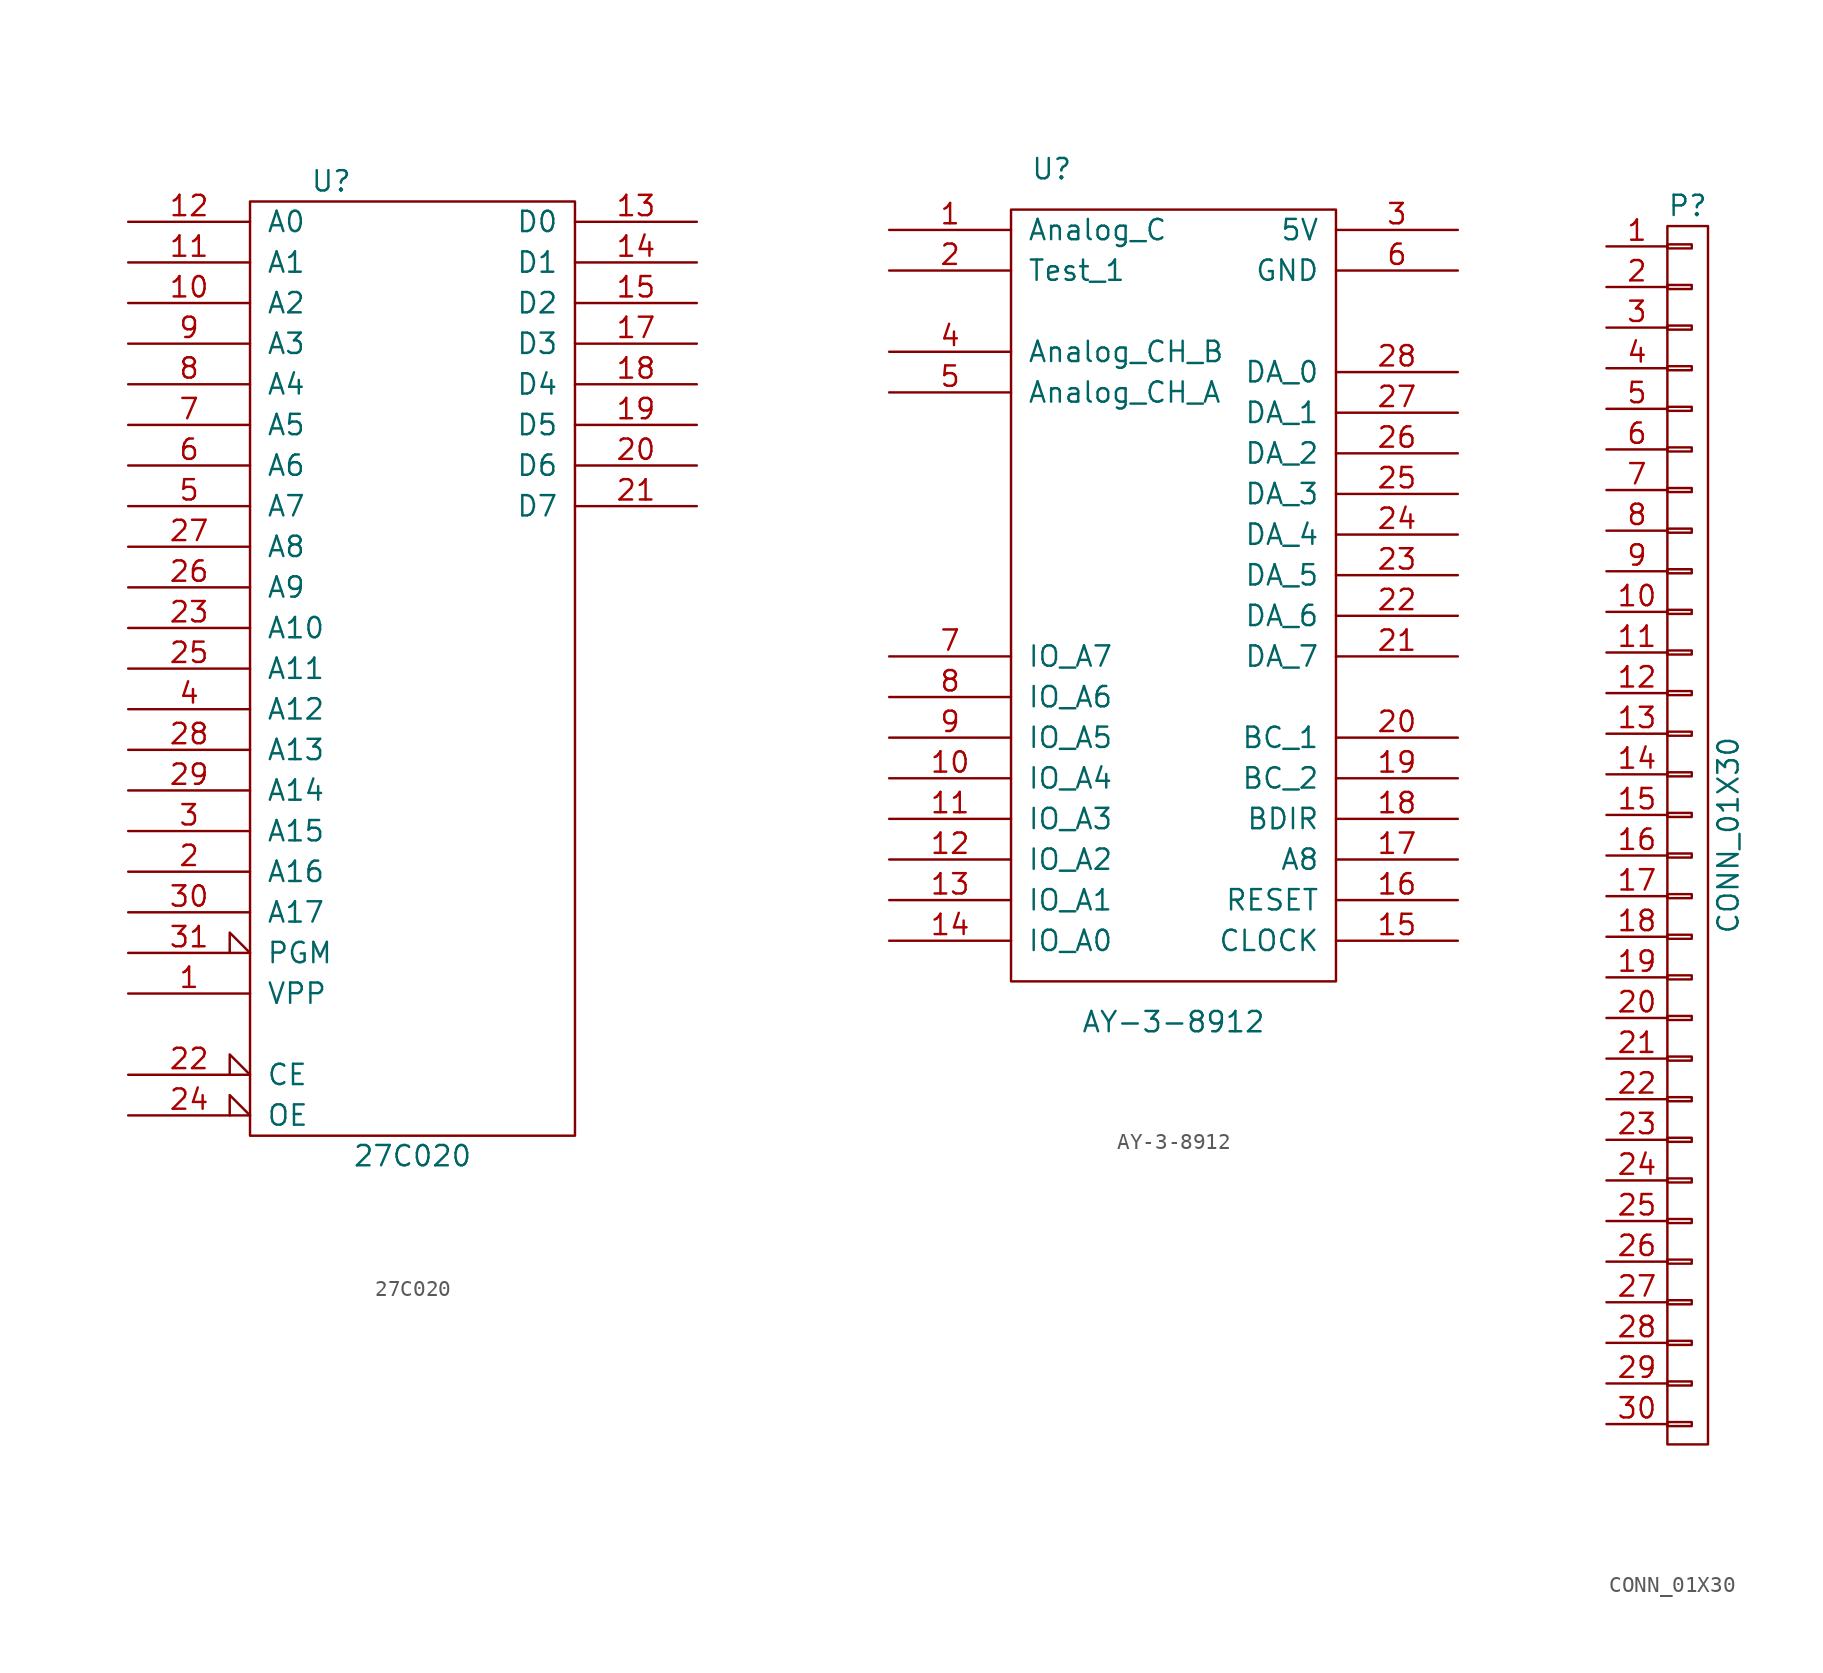
<source format=kicad_sym>
(kicad_symbol_lib
  (version 20231120)
  (generator "kicad_symbol_editor")
  (generator_version "8.0")
  (symbol "27C020"
    (pin_names
      (offset 1.016))
    (property "Reference" "U"
      (at -5.08 25.4 0)
      (effects (font (size 1.27 1.27))))
    (property "Value" "27C020"
      (at 0 -35.56 0)
      (effects (font (size 1.27 1.27))))
    (property "Footprint" ""
      (at 0 0 0)
      (effects (font (size 1.27 1.27))))
    (property "Datasheet" ""
      (at 0 0 0)
      (effects (font (size 1.27 1.27))))
    (symbol "27C020_0_0"
      (pin power_in line (at 0 -35.56 90) (length 1.27) hide (name "GND" (effects (font (size 1.27 1.27)))) (number "16" (effects (font (size 1.27 1.27)))))
      (pin power_in line (at 0 25.4 270) (length 1.27) hide (name "VCC" (effects (font (size 1.27 1.27)))) (number "32" (effects (font (size 1.27 1.27))))))
    (symbol "27C020_0_1"
      (rectangle (start -10.16 24.13) (end 10.16 -34.29) (stroke (width 0) (type solid)) (fill (type none))))
    (symbol "27C020_1_1"
      (pin input line (at -17.78 -25.4 0) (length 7.62) (name "VPP" (effects (font (size 1.27 1.27)))) (number "1" (effects (font (size 1.27 1.27)))))
      (pin input line (at -17.78 17.78 0) (length 7.62) (name "A2" (effects (font (size 1.27 1.27)))) (number "10" (effects (font (size 1.27 1.27)))))
      (pin input line (at -17.78 20.32 0) (length 7.62) (name "A1" (effects (font (size 1.27 1.27)))) (number "11" (effects (font (size 1.27 1.27)))))
      (pin input line (at -17.78 22.86 0) (length 7.62) (name "A0" (effects (font (size 1.27 1.27)))) (number "12" (effects (font (size 1.27 1.27)))))
      (pin tri_state line (at 17.78 22.86 180) (length 7.62) (name "D0" (effects (font (size 1.27 1.27)))) (number "13" (effects (font (size 1.27 1.27)))))
      (pin tri_state line (at 17.78 20.32 180) (length 7.62) (name "D1" (effects (font (size 1.27 1.27)))) (number "14" (effects (font (size 1.27 1.27)))))
      (pin tri_state line (at 17.78 17.78 180) (length 7.62) (name "D2" (effects (font (size 1.27 1.27)))) (number "15" (effects (font (size 1.27 1.27)))))
      (pin tri_state line (at 17.78 15.24 180) (length 7.62) (name "D3" (effects (font (size 1.27 1.27)))) (number "17" (effects (font (size 1.27 1.27)))))
      (pin tri_state line (at 17.78 12.7 180) (length 7.62) (name "D4" (effects (font (size 1.27 1.27)))) (number "18" (effects (font (size 1.27 1.27)))))
      (pin tri_state line (at 17.78 10.16 180) (length 7.62) (name "D5" (effects (font (size 1.27 1.27)))) (number "19" (effects (font (size 1.27 1.27)))))
      (pin input line (at -17.78 -17.78 0) (length 7.62) (name "A16" (effects (font (size 1.27 1.27)))) (number "2" (effects (font (size 1.27 1.27)))))
      (pin tri_state line (at 17.78 7.62 180) (length 7.62) (name "D6" (effects (font (size 1.27 1.27)))) (number "20" (effects (font (size 1.27 1.27)))))
      (pin tri_state line (at 17.78 5.08 180) (length 7.62) (name "D7" (effects (font (size 1.27 1.27)))) (number "21" (effects (font (size 1.27 1.27)))))
      (pin input input_low (at -17.78 -30.48 0) (length 7.62) (name "CE" (effects (font (size 1.27 1.27)))) (number "22" (effects (font (size 1.27 1.27)))))
      (pin input line (at -17.78 -2.54 0) (length 7.62) (name "A10" (effects (font (size 1.27 1.27)))) (number "23" (effects (font (size 1.27 1.27)))))
      (pin input input_low (at -17.78 -33.02 0) (length 7.62) (name "OE" (effects (font (size 1.27 1.27)))) (number "24" (effects (font (size 1.27 1.27)))))
      (pin input line (at -17.78 -5.08 0) (length 7.62) (name "A11" (effects (font (size 1.27 1.27)))) (number "25" (effects (font (size 1.27 1.27)))))
      (pin input line (at -17.78 0 0) (length 7.62) (name "A9" (effects (font (size 1.27 1.27)))) (number "26" (effects (font (size 1.27 1.27)))))
      (pin input line (at -17.78 2.54 0) (length 7.62) (name "A8" (effects (font (size 1.27 1.27)))) (number "27" (effects (font (size 1.27 1.27)))))
      (pin input line (at -17.78 -10.16 0) (length 7.62) (name "A13" (effects (font (size 1.27 1.27)))) (number "28" (effects (font (size 1.27 1.27)))))
      (pin input line (at -17.78 -12.7 0) (length 7.62) (name "A14" (effects (font (size 1.27 1.27)))) (number "29" (effects (font (size 1.27 1.27)))))
      (pin input line (at -17.78 -15.24 0) (length 7.62) (name "A15" (effects (font (size 1.27 1.27)))) (number "3" (effects (font (size 1.27 1.27)))))
      (pin input line (at -17.78 -20.32 0) (length 7.62) (name "A17" (effects (font (size 1.27 1.27)))) (number "30" (effects (font (size 1.27 1.27)))))
      (pin input input_low (at -17.78 -22.86 0) (length 7.62) (name "PGM" (effects (font (size 1.27 1.27)))) (number "31" (effects (font (size 1.27 1.27)))))
      (pin input line (at -17.78 -7.62 0) (length 7.62) (name "A12" (effects (font (size 1.27 1.27)))) (number "4" (effects (font (size 1.27 1.27)))))
      (pin input line (at -17.78 5.08 0) (length 7.62) (name "A7" (effects (font (size 1.27 1.27)))) (number "5" (effects (font (size 1.27 1.27)))))
      (pin input line (at -17.78 7.62 0) (length 7.62) (name "A6" (effects (font (size 1.27 1.27)))) (number "6" (effects (font (size 1.27 1.27)))))
      (pin input line (at -17.78 10.16 0) (length 7.62) (name "A5" (effects (font (size 1.27 1.27)))) (number "7" (effects (font (size 1.27 1.27)))))
      (pin input line (at -17.78 12.7 0) (length 7.62) (name "A4" (effects (font (size 1.27 1.27)))) (number "8" (effects (font (size 1.27 1.27)))))
      (pin input line (at -17.78 15.24 0) (length 7.62) (name "A3" (effects (font (size 1.27 1.27)))) (number "9" (effects (font (size 1.27 1.27)))))))
  (symbol "AY-3-8912"
    (pin_names
      (offset 1.016))
    (property "Reference" "U"
      (at -7.62 26.67 0)
      (effects (font (size 1.27 1.27))))
    (property "Value" "AY-3-8912"
      (at 0 -26.67 0)
      (effects (font (size 1.27 1.27))))
    (property "Footprint" ""
      (at 0 0 0)
      (effects (font (size 1.27 1.27))))
    (property "Datasheet" ""
      (at 0 0 0)
      (effects (font (size 1.27 1.27))))
    (symbol "AY-3-8912_0_0"
      (pin power_in line (at -17.78 -21.59 0) (length 7.62) (name "IO_A0" (effects (font (size 1.27 1.27)))) (number "14" (effects (font (size 1.27 1.27)))))
      (pin power_in line (at 17.78 13.97 180) (length 7.62) (name "DA_0" (effects (font (size 1.27 1.27)))) (number "28" (effects (font (size 1.27 1.27))))))
    (symbol "AY-3-8912_0_1"
      (rectangle (start -10.16 24.13) (end 10.16 -24.13) (stroke (width 0) (type solid)) (fill (type none))))
    (symbol "AY-3-8912_1_1"
      (pin input line (at -17.78 22.86 0) (length 7.62) (name "Analog_C" (effects (font (size 1.27 1.27)))) (number "1" (effects (font (size 1.27 1.27)))))
      (pin input line (at -17.78 -11.43 0) (length 7.62) (name "IO_A4" (effects (font (size 1.27 1.27)))) (number "10" (effects (font (size 1.27 1.27)))))
      (pin tri_state line (at -17.78 -13.97 0) (length 7.62) (name "IO_A3" (effects (font (size 1.27 1.27)))) (number "11" (effects (font (size 1.27 1.27)))))
      (pin tri_state line (at -17.78 -16.51 0) (length 7.62) (name "IO_A2" (effects (font (size 1.27 1.27)))) (number "12" (effects (font (size 1.27 1.27)))))
      (pin tri_state line (at -17.78 -19.05 0) (length 7.62) (name "IO_A1" (effects (font (size 1.27 1.27)))) (number "13" (effects (font (size 1.27 1.27)))))
      (pin tri_state line (at 17.78 -21.59 180) (length 7.62) (name "CLOCK" (effects (font (size 1.27 1.27)))) (number "15" (effects (font (size 1.27 1.27)))))
      (pin tri_state line (at 17.78 -19.05 180) (length 7.62) (name "RESET" (effects (font (size 1.27 1.27)))) (number "16" (effects (font (size 1.27 1.27)))))
      (pin tri_state line (at 17.78 -16.51 180) (length 7.62) (name "A8" (effects (font (size 1.27 1.27)))) (number "17" (effects (font (size 1.27 1.27)))))
      (pin tri_state line (at 17.78 -13.97 180) (length 7.62) (name "BDIR" (effects (font (size 1.27 1.27)))) (number "18" (effects (font (size 1.27 1.27)))))
      (pin tri_state line (at 17.78 -11.43 180) (length 7.62) (name "BC_2" (effects (font (size 1.27 1.27)))) (number "19" (effects (font (size 1.27 1.27)))))
      (pin input line (at -17.78 20.32 0) (length 7.62) (name "Test_1" (effects (font (size 1.27 1.27)))) (number "2" (effects (font (size 1.27 1.27)))))
      (pin input line (at 17.78 -8.89 180) (length 7.62) (name "BC_1" (effects (font (size 1.27 1.27)))) (number "20" (effects (font (size 1.27 1.27)))))
      (pin input line (at 17.78 -3.81 180) (length 7.62) (name "DA_7" (effects (font (size 1.27 1.27)))) (number "21" (effects (font (size 1.27 1.27)))))
      (pin input line (at 17.78 -1.27 180) (length 7.62) (name "DA_6" (effects (font (size 1.27 1.27)))) (number "22" (effects (font (size 1.27 1.27)))))
      (pin input line (at 17.78 1.27 180) (length 7.62) (name "DA_5" (effects (font (size 1.27 1.27)))) (number "23" (effects (font (size 1.27 1.27)))))
      (pin input line (at 17.78 3.81 180) (length 7.62) (name "DA_4" (effects (font (size 1.27 1.27)))) (number "24" (effects (font (size 1.27 1.27)))))
      (pin input line (at 17.78 6.35 180) (length 7.62) (name "DA_3" (effects (font (size 1.27 1.27)))) (number "25" (effects (font (size 1.27 1.27)))))
      (pin input line (at 17.78 8.89 180) (length 7.62) (name "DA_2" (effects (font (size 1.27 1.27)))) (number "26" (effects (font (size 1.27 1.27)))))
      (pin input line (at 17.78 11.43 180) (length 7.62) (name "DA_1" (effects (font (size 1.27 1.27)))) (number "27" (effects (font (size 1.27 1.27)))))
      (pin power_in line (at 17.78 22.86 180) (length 7.62) (name "5V" (effects (font (size 1.27 1.27)))) (number "3" (effects (font (size 1.27 1.27)))))
      (pin input line (at -17.78 15.24 0) (length 7.62) (name "Analog_CH_B" (effects (font (size 1.27 1.27)))) (number "4" (effects (font (size 1.27 1.27)))))
      (pin input line (at -17.78 12.7 0) (length 7.62) (name "Analog_CH_A" (effects (font (size 1.27 1.27)))) (number "5" (effects (font (size 1.27 1.27)))))
      (pin input line (at 17.78 20.32 180) (length 7.62) (name "GND" (effects (font (size 1.27 1.27)))) (number "6" (effects (font (size 1.27 1.27)))))
      (pin input line (at -17.78 -3.81 0) (length 7.62) (name "IO_A7" (effects (font (size 1.27 1.27)))) (number "7" (effects (font (size 1.27 1.27)))))
      (pin input line (at -17.78 -6.35 0) (length 7.62) (name "IO_A6" (effects (font (size 1.27 1.27)))) (number "8" (effects (font (size 1.27 1.27)))))
      (pin input line (at -17.78 -8.89 0) (length 7.62) (name "IO_A5" (effects (font (size 1.27 1.27)))) (number "9" (effects (font (size 1.27 1.27)))))))
  (symbol "CONN_01X30"
    (pin_names
      (offset 1.016) hide)
    (property "Reference" "P"
      (at 0 39.37 0)
      (effects (font (size 1.27 1.27))))
    (property "Value" "CONN_01X30"
      (at 2.54 0 90)
      (effects (font (size 1.27 1.27))))
    (property "Footprint" ""
      (at 0 0 0)
      (effects (font (size 1.27 1.27))))
    (property "Datasheet" ""
      (at 0 0 0)
      (effects (font (size 1.27 1.27))))
    (symbol "CONN_01X30_0_1"
      (rectangle (start -1.27 -38.1) (end 1.27 38.1) (stroke (width 0) (type solid)) (fill (type none)))
      (rectangle (start -1.27 -36.703) (end 0.254 -36.957) (stroke (width 0) (type solid)) (fill (type none)))
      (rectangle (start -1.27 -34.163) (end 0.254 -34.417) (stroke (width 0) (type solid)) (fill (type none)))
      (rectangle (start -1.27 -31.623) (end 0.254 -31.877) (stroke (width 0) (type solid)) (fill (type none)))
      (rectangle (start -1.27 -29.083) (end 0.254 -29.337) (stroke (width 0) (type solid)) (fill (type none)))
      (rectangle (start -1.27 -26.543) (end 0.254 -26.797) (stroke (width 0) (type solid)) (fill (type none)))
      (rectangle (start -1.27 -24.003) (end 0.254 -24.257) (stroke (width 0) (type solid)) (fill (type none)))
      (rectangle (start -1.27 -21.463) (end 0.254 -21.717) (stroke (width 0) (type solid)) (fill (type none)))
      (rectangle (start -1.27 -18.923) (end 0.254 -19.177) (stroke (width 0) (type solid)) (fill (type none)))
      (rectangle (start -1.27 -16.383) (end 0.254 -16.637) (stroke (width 0) (type solid)) (fill (type none)))
      (rectangle (start -1.27 -13.843) (end 0.254 -14.097) (stroke (width 0) (type solid)) (fill (type none)))
      (rectangle (start -1.27 -11.303) (end 0.254 -11.557) (stroke (width 0) (type solid)) (fill (type none)))
      (rectangle (start -1.27 -8.763) (end 0.254 -9.017) (stroke (width 0) (type solid)) (fill (type none)))
      (rectangle (start -1.27 -6.223) (end 0.254 -6.477) (stroke (width 0) (type solid)) (fill (type none)))
      (rectangle (start -1.27 -3.683) (end 0.254 -3.937) (stroke (width 0) (type solid)) (fill (type none)))
      (rectangle (start -1.27 -1.143) (end 0.254 -1.397) (stroke (width 0) (type solid)) (fill (type none)))
      (rectangle (start -1.27 1.397) (end 0.254 1.143) (stroke (width 0) (type solid)) (fill (type none)))
      (rectangle (start -1.27 3.937) (end 0.254 3.683) (stroke (width 0) (type solid)) (fill (type none)))
      (rectangle (start -1.27 6.477) (end 0.254 6.223) (stroke (width 0) (type solid)) (fill (type none)))
      (rectangle (start -1.27 9.017) (end 0.254 8.763) (stroke (width 0) (type solid)) (fill (type none)))
      (rectangle (start -1.27 11.557) (end 0.254 11.303) (stroke (width 0) (type solid)) (fill (type none)))
      (rectangle (start -1.27 14.097) (end 0.254 13.843) (stroke (width 0) (type solid)) (fill (type none)))
      (rectangle (start -1.27 16.637) (end 0.254 16.383) (stroke (width 0) (type solid)) (fill (type none)))
      (rectangle (start -1.27 19.177) (end 0.254 18.923) (stroke (width 0) (type solid)) (fill (type none)))
      (rectangle (start -1.27 21.717) (end 0.254 21.463) (stroke (width 0) (type solid)) (fill (type none)))
      (rectangle (start -1.27 24.257) (end 0.254 24.003) (stroke (width 0) (type solid)) (fill (type none)))
      (rectangle (start -1.27 26.797) (end 0.254 26.543) (stroke (width 0) (type solid)) (fill (type none)))
      (rectangle (start -1.27 29.337) (end 0.254 29.083) (stroke (width 0) (type solid)) (fill (type none)))
      (rectangle (start -1.27 31.877) (end 0.254 31.623) (stroke (width 0) (type solid)) (fill (type none)))
      (rectangle (start -1.27 34.417) (end 0.254 34.163) (stroke (width 0) (type solid)) (fill (type none)))
      (rectangle (start -1.27 36.957) (end 0.254 36.703) (stroke (width 0) (type solid)) (fill (type none))))
    (symbol "CONN_01X30_1_1"
      (pin passive line (at -5.08 36.83 0) (length 3.81) (name "P1" (effects (font (size 1.27 1.27)))) (number "1" (effects (font (size 1.27 1.27)))))
      (pin passive line (at -5.08 13.97 0) (length 3.81) (name "P10" (effects (font (size 1.27 1.27)))) (number "10" (effects (font (size 1.27 1.27)))))
      (pin passive line (at -5.08 11.43 0) (length 3.81) (name "P11" (effects (font (size 1.27 1.27)))) (number "11" (effects (font (size 1.27 1.27)))))
      (pin passive line (at -5.08 8.89 0) (length 3.81) (name "P12" (effects (font (size 1.27 1.27)))) (number "12" (effects (font (size 1.27 1.27)))))
      (pin passive line (at -5.08 6.35 0) (length 3.81) (name "P13" (effects (font (size 1.27 1.27)))) (number "13" (effects (font (size 1.27 1.27)))))
      (pin passive line (at -5.08 3.81 0) (length 3.81) (name "P14" (effects (font (size 1.27 1.27)))) (number "14" (effects (font (size 1.27 1.27)))))
      (pin passive line (at -5.08 1.27 0) (length 3.81) (name "P15" (effects (font (size 1.27 1.27)))) (number "15" (effects (font (size 1.27 1.27)))))
      (pin passive line (at -5.08 -1.27 0) (length 3.81) (name "P16" (effects (font (size 1.27 1.27)))) (number "16" (effects (font (size 1.27 1.27)))))
      (pin passive line (at -5.08 -3.81 0) (length 3.81) (name "P17" (effects (font (size 1.27 1.27)))) (number "17" (effects (font (size 1.27 1.27)))))
      (pin passive line (at -5.08 -6.35 0) (length 3.81) (name "P18" (effects (font (size 1.27 1.27)))) (number "18" (effects (font (size 1.27 1.27)))))
      (pin passive line (at -5.08 -8.89 0) (length 3.81) (name "P19" (effects (font (size 1.27 1.27)))) (number "19" (effects (font (size 1.27 1.27)))))
      (pin passive line (at -5.08 34.29 0) (length 3.81) (name "P2" (effects (font (size 1.27 1.27)))) (number "2" (effects (font (size 1.27 1.27)))))
      (pin passive line (at -5.08 -11.43 0) (length 3.81) (name "P20" (effects (font (size 1.27 1.27)))) (number "20" (effects (font (size 1.27 1.27)))))
      (pin passive line (at -5.08 -13.97 0) (length 3.81) (name "P21" (effects (font (size 1.27 1.27)))) (number "21" (effects (font (size 1.27 1.27)))))
      (pin passive line (at -5.08 -16.51 0) (length 3.81) (name "P22" (effects (font (size 1.27 1.27)))) (number "22" (effects (font (size 1.27 1.27)))))
      (pin passive line (at -5.08 -19.05 0) (length 3.81) (name "P23" (effects (font (size 1.27 1.27)))) (number "23" (effects (font (size 1.27 1.27)))))
      (pin passive line (at -5.08 -21.59 0) (length 3.81) (name "P24" (effects (font (size 1.27 1.27)))) (number "24" (effects (font (size 1.27 1.27)))))
      (pin passive line (at -5.08 -24.13 0) (length 3.81) (name "P25" (effects (font (size 1.27 1.27)))) (number "25" (effects (font (size 1.27 1.27)))))
      (pin passive line (at -5.08 -26.67 0) (length 3.81) (name "P26" (effects (font (size 1.27 1.27)))) (number "26" (effects (font (size 1.27 1.27)))))
      (pin passive line (at -5.08 -29.21 0) (length 3.81) (name "P27" (effects (font (size 1.27 1.27)))) (number "27" (effects (font (size 1.27 1.27)))))
      (pin passive line (at -5.08 -31.75 0) (length 3.81) (name "P28" (effects (font (size 1.27 1.27)))) (number "28" (effects (font (size 1.27 1.27)))))
      (pin passive line (at -5.08 -34.29 0) (length 3.81) (name "P29" (effects (font (size 1.27 1.27)))) (number "29" (effects (font (size 1.27 1.27)))))
      (pin passive line (at -5.08 31.75 0) (length 3.81) (name "P3" (effects (font (size 1.27 1.27)))) (number "3" (effects (font (size 1.27 1.27)))))
      (pin passive line (at -5.08 -36.83 0) (length 3.81) (name "P30" (effects (font (size 1.27 1.27)))) (number "30" (effects (font (size 1.27 1.27)))))
      (pin passive line (at -5.08 29.21 0) (length 3.81) (name "P4" (effects (font (size 1.27 1.27)))) (number "4" (effects (font (size 1.27 1.27)))))
      (pin passive line (at -5.08 26.67 0) (length 3.81) (name "P5" (effects (font (size 1.27 1.27)))) (number "5" (effects (font (size 1.27 1.27)))))
      (pin passive line (at -5.08 24.13 0) (length 3.81) (name "P6" (effects (font (size 1.27 1.27)))) (number "6" (effects (font (size 1.27 1.27)))))
      (pin passive line (at -5.08 21.59 0) (length 3.81) (name "P7" (effects (font (size 1.27 1.27)))) (number "7" (effects (font (size 1.27 1.27)))))
      (pin passive line (at -5.08 19.05 0) (length 3.81) (name "P8" (effects (font (size 1.27 1.27)))) (number "8" (effects (font (size 1.27 1.27)))))
      (pin passive line (at -5.08 16.51 0) (length 3.81) (name "P9" (effects (font (size 1.27 1.27)))) (number "9" (effects (font (size 1.27 1.27))))))))
</source>
